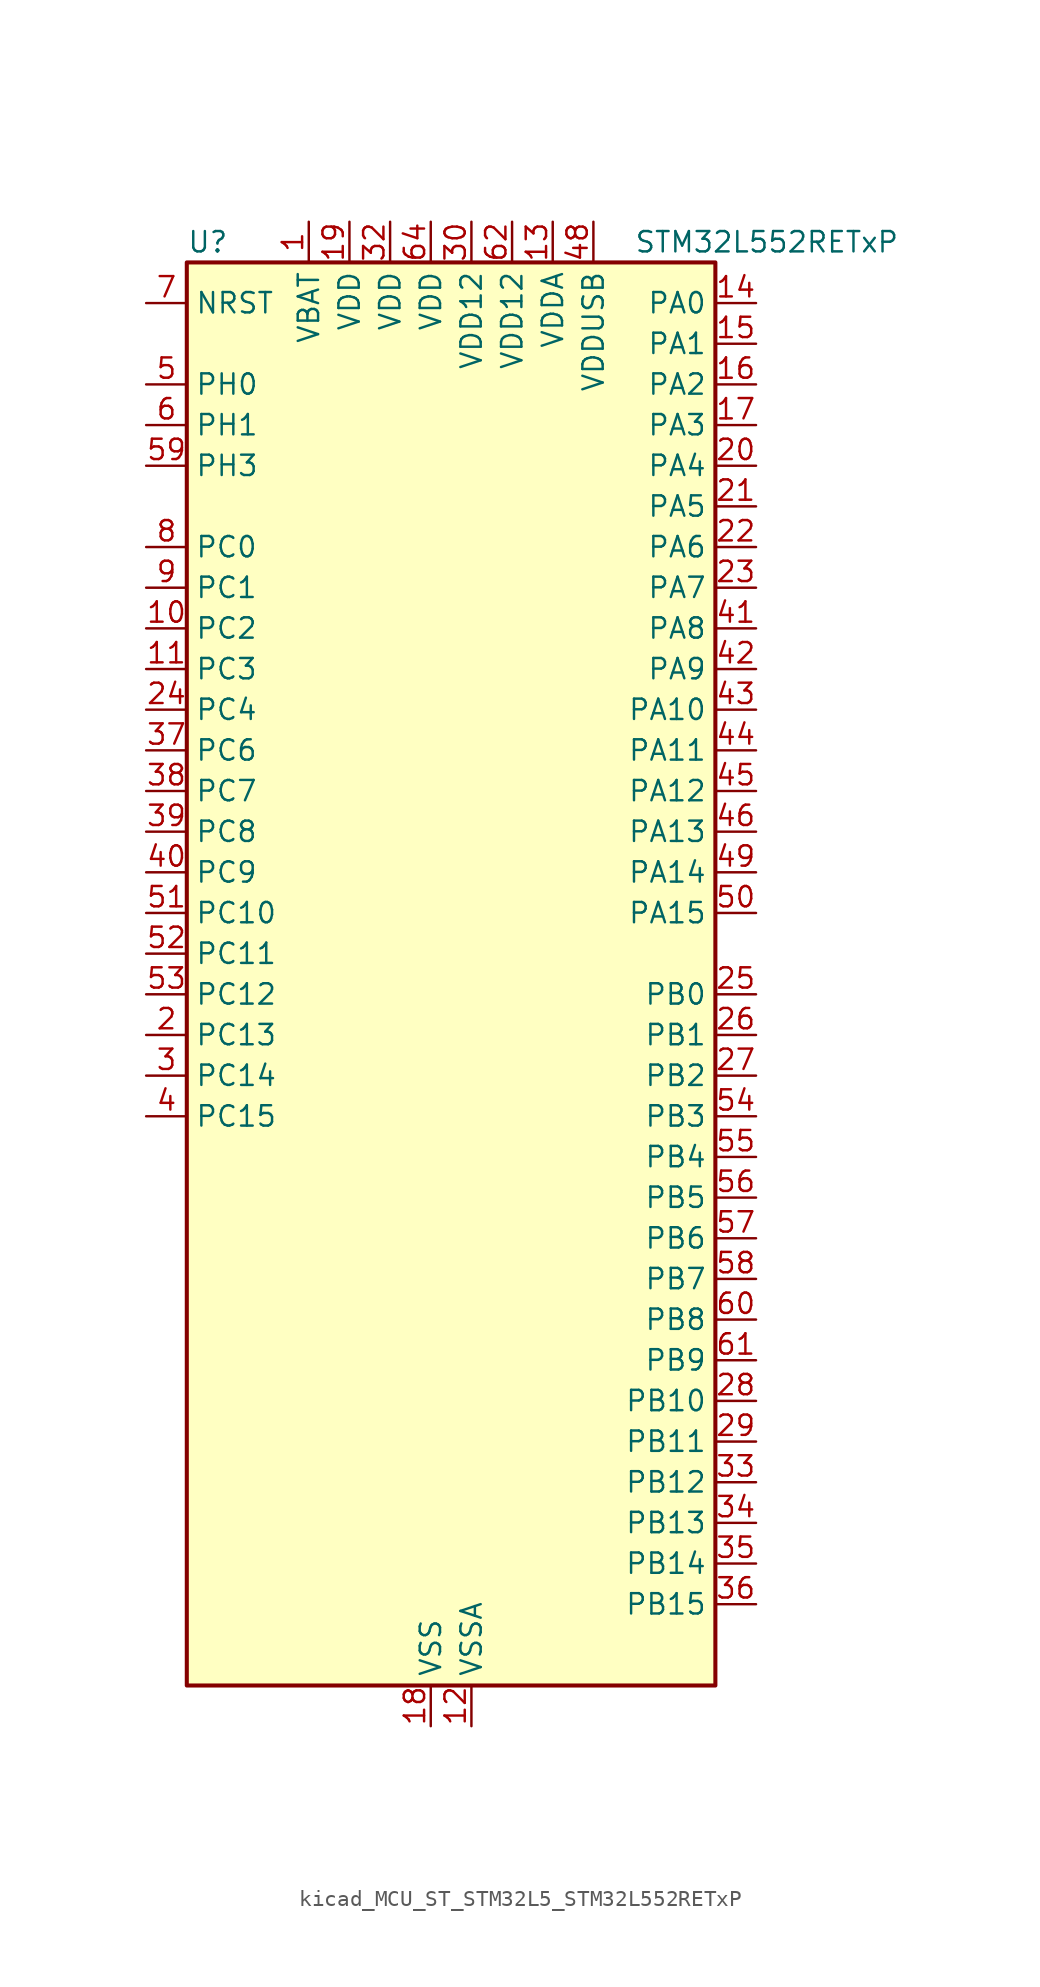
<source format=kicad_sym>
(kicad_symbol_lib
  (version 20220914)
  (generator kicad_symbol_editor)
  (symbol "kicad_MCU_ST_STM32L5_STM32L552RETxP"
    (property "Reference" "U"
      (at -15.24 46.99 0)
      (effects (font (size 1.27 1.27)) (justify left)))
    (property "Value" "STM32L552RETxP"
      (at 12.7 46.99 0)
      (effects (font (size 1.27 1.27)) (justify left)))
    (property "ki_locked" ""
      (at 0 0 0)
      (effects (font (size 1.27 1.27))))
    (symbol "kicad_MCU_ST_STM32L5_STM32L552RETxP_0_1"
      (rectangle (start -15.24 -43.18) (end 17.78 45.72) (stroke (width 0.254) (type default)) (fill (type background))))
    (symbol "kicad_MCU_ST_STM32L5_STM32L552RETxP_1_1"
      (pin power_in line (at -7.62 48.26 270) (length 2.54) (name "VBAT" (effects (font (size 1.27 1.27)))) (number "1" (effects (font (size 1.27 1.27)))))
      (pin bidirectional line (at -17.78 22.86 0) (length 2.54) (name "PC2" (effects (font (size 1.27 1.27)))) (number "10" (effects (font (size 1.27 1.27)))) (alternate "ADC1_IN3" bidirectional line) (alternate "ADC2_IN3" bidirectional line) (alternate "DFSDM1_CKOUT" bidirectional line) (alternate "LPTIM1_IN2" bidirectional line) (alternate "OCTOSPI1_IO5" bidirectional line) (alternate "SPI2_MISO" bidirectional line))
      (pin bidirectional line (at -17.78 20.32 0) (length 2.54) (name "PC3" (effects (font (size 1.27 1.27)))) (number "11" (effects (font (size 1.27 1.27)))) (alternate "ADC1_IN4" bidirectional line) (alternate "ADC2_IN4" bidirectional line) (alternate "LPTIM1_ETR" bidirectional line) (alternate "LPTIM2_ETR" bidirectional line) (alternate "LPTIM3_OUT" bidirectional line) (alternate "OCTOSPI1_IO6" bidirectional line) (alternate "SAI1_D1" bidirectional line) (alternate "SAI1_SD_A" bidirectional line) (alternate "SPI2_MOSI" bidirectional line))
      (pin power_in line (at 2.54 -45.72 90) (length 2.54) (name "VSSA" (effects (font (size 1.27 1.27)))) (number "12" (effects (font (size 1.27 1.27)))))
      (pin power_in line (at 7.62 48.26 270) (length 2.54) (name "VDDA" (effects (font (size 1.27 1.27)))) (number "13" (effects (font (size 1.27 1.27)))))
      (pin bidirectional line (at 20.32 43.18 180) (length 2.54) (name "PA0" (effects (font (size 1.27 1.27)))) (number "14" (effects (font (size 1.27 1.27)))) (alternate "ADC1_IN5" bidirectional line) (alternate "ADC2_IN5" bidirectional line) (alternate "OPAMP1_VINP" bidirectional line) (alternate "PWR_WKUP1" bidirectional line) (alternate "SAI1_EXTCLK" bidirectional line) (alternate "TAMP_IN2" bidirectional line) (alternate "TAMP_OUT1" bidirectional line) (alternate "TIM2_CH1" bidirectional line) (alternate "TIM2_ETR" bidirectional line) (alternate "TIM5_CH1" bidirectional line) (alternate "TIM8_ETR" bidirectional line) (alternate "UART4_TX" bidirectional line) (alternate "USART2_CTS" bidirectional line) (alternate "USART2_NSS" bidirectional line))
      (pin bidirectional line (at 20.32 40.64 180) (length 2.54) (name "PA1" (effects (font (size 1.27 1.27)))) (number "15" (effects (font (size 1.27 1.27)))) (alternate "ADC1_IN6" bidirectional line) (alternate "ADC2_IN6" bidirectional line) (alternate "I2C1_SMBA" bidirectional line) (alternate "OCTOSPI1_DQS" bidirectional line) (alternate "OPAMP1_VINM" bidirectional line) (alternate "SPI1_SCK" bidirectional line) (alternate "TAMP_IN5" bidirectional line) (alternate "TAMP_OUT4" bidirectional line) (alternate "TIM15_CH1N" bidirectional line) (alternate "TIM2_CH2" bidirectional line) (alternate "TIM5_CH2" bidirectional line) (alternate "UART4_RX" bidirectional line) (alternate "USART2_DE" bidirectional line) (alternate "USART2_RTS" bidirectional line))
      (pin bidirectional line (at 20.32 38.1 180) (length 2.54) (name "PA2" (effects (font (size 1.27 1.27)))) (number "16" (effects (font (size 1.27 1.27)))) (alternate "ADC1_IN7" bidirectional line) (alternate "ADC2_IN7" bidirectional line) (alternate "COMP1_INP" bidirectional line) (alternate "LPUART1_TX" bidirectional line) (alternate "OCTOSPI1_NCS" bidirectional line) (alternate "PWR_WKUP4" bidirectional line) (alternate "RCC_LSCO" bidirectional line) (alternate "SAI2_EXTCLK" bidirectional line) (alternate "TIM15_CH1" bidirectional line) (alternate "TIM2_CH3" bidirectional line) (alternate "TIM5_CH3" bidirectional line) (alternate "UCPD1_FRSTX1" bidirectional line) (alternate "USART2_TX" bidirectional line))
      (pin bidirectional line (at 20.32 35.56 180) (length 2.54) (name "PA3" (effects (font (size 1.27 1.27)))) (number "17" (effects (font (size 1.27 1.27)))) (alternate "ADC1_IN8" bidirectional line) (alternate "ADC2_IN8" bidirectional line) (alternate "LPUART1_RX" bidirectional line) (alternate "OCTOSPI1_CLK" bidirectional line) (alternate "OPAMP1_VOUT" bidirectional line) (alternate "SAI1_CK1" bidirectional line) (alternate "SAI1_MCLK_A" bidirectional line) (alternate "TIM15_CH2" bidirectional line) (alternate "TIM2_CH4" bidirectional line) (alternate "TIM5_CH4" bidirectional line) (alternate "USART2_RX" bidirectional line))
      (pin power_in line (at 0 -45.72 90) (length 2.54) (name "VSS" (effects (font (size 1.27 1.27)))) (number "18" (effects (font (size 1.27 1.27)))))
      (pin power_in line (at -5.08 48.26 270) (length 2.54) (name "VDD" (effects (font (size 1.27 1.27)))) (number "19" (effects (font (size 1.27 1.27)))))
      (pin bidirectional line (at -17.78 -2.54 0) (length 2.54) (name "PC13" (effects (font (size 1.27 1.27)))) (number "2" (effects (font (size 1.27 1.27)))) (alternate "PWR_WKUP2" bidirectional line) (alternate "RTC_OUT1" bidirectional line) (alternate "RTC_TS" bidirectional line) (alternate "TAMP_IN1" bidirectional line) (alternate "TAMP_OUT2" bidirectional line))
      (pin bidirectional line (at 20.32 33.02 180) (length 2.54) (name "PA4" (effects (font (size 1.27 1.27)))) (number "20" (effects (font (size 1.27 1.27)))) (alternate "ADC1_IN9" bidirectional line) (alternate "ADC2_IN9" bidirectional line) (alternate "DAC1_OUT1" bidirectional line) (alternate "LPTIM2_OUT" bidirectional line) (alternate "OCTOSPI1_NCS" bidirectional line) (alternate "SAI1_FS_B" bidirectional line) (alternate "SPI1_NSS" bidirectional line) (alternate "SPI3_NSS" bidirectional line) (alternate "USART2_CK" bidirectional line))
      (pin bidirectional line (at 20.32 30.48 180) (length 2.54) (name "PA5" (effects (font (size 1.27 1.27)))) (number "21" (effects (font (size 1.27 1.27)))) (alternate "ADC1_IN10" bidirectional line) (alternate "ADC2_IN10" bidirectional line) (alternate "DAC1_OUT2" bidirectional line) (alternate "LPTIM2_ETR" bidirectional line) (alternate "SPI1_SCK" bidirectional line) (alternate "TIM2_CH1" bidirectional line) (alternate "TIM2_ETR" bidirectional line) (alternate "TIM8_CH1N" bidirectional line))
      (pin bidirectional line (at 20.32 27.94 180) (length 2.54) (name "PA6" (effects (font (size 1.27 1.27)))) (number "22" (effects (font (size 1.27 1.27)))) (alternate "ADC1_IN11" bidirectional line) (alternate "ADC2_IN11" bidirectional line) (alternate "LPUART1_CTS" bidirectional line) (alternate "OCTOSPI1_IO3" bidirectional line) (alternate "OPAMP2_VINP" bidirectional line) (alternate "SPI1_MISO" bidirectional line) (alternate "TIM16_CH1" bidirectional line) (alternate "TIM1_BKIN" bidirectional line) (alternate "TIM3_CH1" bidirectional line) (alternate "TIM8_BKIN" bidirectional line) (alternate "USART3_CTS" bidirectional line) (alternate "USART3_NSS" bidirectional line))
      (pin bidirectional line (at 20.32 25.4 180) (length 2.54) (name "PA7" (effects (font (size 1.27 1.27)))) (number "23" (effects (font (size 1.27 1.27)))) (alternate "ADC1_IN12" bidirectional line) (alternate "ADC2_IN12" bidirectional line) (alternate "I2C3_SCL" bidirectional line) (alternate "OCTOSPI1_IO2" bidirectional line) (alternate "OPAMP2_VINM" bidirectional line) (alternate "SPI1_MOSI" bidirectional line) (alternate "TIM17_CH1" bidirectional line) (alternate "TIM1_CH1N" bidirectional line) (alternate "TIM3_CH2" bidirectional line) (alternate "TIM8_CH1N" bidirectional line))
      (pin bidirectional line (at -17.78 17.78 0) (length 2.54) (name "PC4" (effects (font (size 1.27 1.27)))) (number "24" (effects (font (size 1.27 1.27)))) (alternate "ADC1_IN13" bidirectional line) (alternate "ADC2_IN13" bidirectional line) (alternate "COMP1_INM" bidirectional line) (alternate "OCTOSPI1_IO7" bidirectional line) (alternate "USART3_TX" bidirectional line))
      (pin bidirectional line (at 20.32 0 180) (length 2.54) (name "PB0" (effects (font (size 1.27 1.27)))) (number "25" (effects (font (size 1.27 1.27)))) (alternate "ADC1_IN15" bidirectional line) (alternate "ADC2_IN15" bidirectional line) (alternate "COMP1_OUT" bidirectional line) (alternate "OCTOSPI1_IO1" bidirectional line) (alternate "OPAMP2_VOUT" bidirectional line) (alternate "SAI1_EXTCLK" bidirectional line) (alternate "SPI1_NSS" bidirectional line) (alternate "TIM1_CH2N" bidirectional line) (alternate "TIM3_CH3" bidirectional line) (alternate "TIM8_CH2N" bidirectional line) (alternate "USART3_CK" bidirectional line))
      (pin bidirectional line (at 20.32 -2.54 180) (length 2.54) (name "PB1" (effects (font (size 1.27 1.27)))) (number "26" (effects (font (size 1.27 1.27)))) (alternate "ADC1_IN16" bidirectional line) (alternate "ADC2_IN16" bidirectional line) (alternate "COMP1_INM" bidirectional line) (alternate "DFSDM1_DATIN0" bidirectional line) (alternate "LPTIM2_IN1" bidirectional line) (alternate "LPUART1_DE" bidirectional line) (alternate "LPUART1_RTS" bidirectional line) (alternate "OCTOSPI1_IO0" bidirectional line) (alternate "TIM1_CH3N" bidirectional line) (alternate "TIM3_CH4" bidirectional line) (alternate "TIM8_CH3N" bidirectional line) (alternate "USART3_DE" bidirectional line) (alternate "USART3_RTS" bidirectional line))
      (pin bidirectional line (at 20.32 -5.08 180) (length 2.54) (name "PB2" (effects (font (size 1.27 1.27)))) (number "27" (effects (font (size 1.27 1.27)))) (alternate "COMP1_INP" bidirectional line) (alternate "DFSDM1_CKIN0" bidirectional line) (alternate "I2C3_SMBA" bidirectional line) (alternate "LPTIM1_OUT" bidirectional line) (alternate "OCTOSPI1_DQS" bidirectional line) (alternate "RTC_OUT2" bidirectional line) (alternate "UCPD1_FRSTX1" bidirectional line))
      (pin bidirectional line (at 20.32 -25.4 180) (length 2.54) (name "PB10" (effects (font (size 1.27 1.27)))) (number "28" (effects (font (size 1.27 1.27)))) (alternate "COMP1_OUT" bidirectional line) (alternate "I2C2_SCL" bidirectional line) (alternate "I2C4_SCL" bidirectional line) (alternate "LPTIM3_OUT" bidirectional line) (alternate "LPUART1_RX" bidirectional line) (alternate "OCTOSPI1_CLK" bidirectional line) (alternate "SAI1_SCK_A" bidirectional line) (alternate "SPI2_SCK" bidirectional line) (alternate "TIM2_CH3" bidirectional line) (alternate "TSC_SYNC" bidirectional line) (alternate "USART3_TX" bidirectional line))
      (pin bidirectional line (at 20.32 -27.94 180) (length 2.54) (name "PB11" (effects (font (size 1.27 1.27)))) (number "29" (effects (font (size 1.27 1.27)))) (alternate "ADC1_EXTI11" bidirectional line) (alternate "ADC2_EXTI11" bidirectional line) (alternate "COMP2_OUT" bidirectional line) (alternate "I2C2_SDA" bidirectional line) (alternate "I2C4_SDA" bidirectional line) (alternate "LPUART1_TX" bidirectional line) (alternate "OCTOSPI1_NCS" bidirectional line) (alternate "TIM2_CH4" bidirectional line) (alternate "USART3_RX" bidirectional line))
      (pin bidirectional line (at -17.78 -5.08 0) (length 2.54) (name "PC14" (effects (font (size 1.27 1.27)))) (number "3" (effects (font (size 1.27 1.27)))) (alternate "RCC_OSC32_IN" bidirectional line))
      (pin power_in line (at 2.54 48.26 270) (length 2.54) (name "VDD12" (effects (font (size 1.27 1.27)))) (number "30" (effects (font (size 1.27 1.27)))))
      (pin passive line (at 0 -45.72 90) (length 2.54) hide (name "VSS" (effects (font (size 1.27 1.27)))) (number "31" (effects (font (size 1.27 1.27)))))
      (pin power_in line (at -2.54 48.26 270) (length 2.54) (name "VDD" (effects (font (size 1.27 1.27)))) (number "32" (effects (font (size 1.27 1.27)))))
      (pin bidirectional line (at 20.32 -30.48 180) (length 2.54) (name "PB12" (effects (font (size 1.27 1.27)))) (number "33" (effects (font (size 1.27 1.27)))) (alternate "DFSDM1_DATIN1" bidirectional line) (alternate "I2C2_SMBA" bidirectional line) (alternate "LPUART1_DE" bidirectional line) (alternate "LPUART1_RTS" bidirectional line) (alternate "OCTOSPI1_NCLK" bidirectional line) (alternate "SAI2_FS_A" bidirectional line) (alternate "SPI2_NSS" bidirectional line) (alternate "TIM15_BKIN" bidirectional line) (alternate "TIM1_BKIN" bidirectional line) (alternate "TSC_G1_IO1" bidirectional line) (alternate "USART3_CK" bidirectional line))
      (pin bidirectional line (at 20.32 -33.02 180) (length 2.54) (name "PB13" (effects (font (size 1.27 1.27)))) (number "34" (effects (font (size 1.27 1.27)))) (alternate "DFSDM1_CKIN1" bidirectional line) (alternate "I2C2_SCL" bidirectional line) (alternate "LPTIM3_IN1" bidirectional line) (alternate "LPUART1_CTS" bidirectional line) (alternate "SAI2_SCK_A" bidirectional line) (alternate "SPI2_SCK" bidirectional line) (alternate "TIM15_CH1N" bidirectional line) (alternate "TIM1_CH1N" bidirectional line) (alternate "TSC_G1_IO2" bidirectional line) (alternate "UCPD1_FRSTX2" bidirectional line) (alternate "USART3_CTS" bidirectional line) (alternate "USART3_NSS" bidirectional line))
      (pin bidirectional line (at 20.32 -35.56 180) (length 2.54) (name "PB14" (effects (font (size 1.27 1.27)))) (number "35" (effects (font (size 1.27 1.27)))) (alternate "DFSDM1_DATIN2" bidirectional line) (alternate "I2C2_SDA" bidirectional line) (alternate "LPTIM3_ETR" bidirectional line) (alternate "SAI2_MCLK_A" bidirectional line) (alternate "SPI2_MISO" bidirectional line) (alternate "TIM15_CH1" bidirectional line) (alternate "TIM1_CH2N" bidirectional line) (alternate "TIM8_CH2N" bidirectional line) (alternate "TSC_G1_IO3" bidirectional line) (alternate "UCPD1_DBCC2" bidirectional line) (alternate "USART3_DE" bidirectional line) (alternate "USART3_RTS" bidirectional line))
      (pin bidirectional line (at 20.32 -38.1 180) (length 2.54) (name "PB15" (effects (font (size 1.27 1.27)))) (number "36" (effects (font (size 1.27 1.27)))) (alternate "ADC1_EXTI15" bidirectional line) (alternate "ADC2_EXTI15" bidirectional line) (alternate "DFSDM1_CKIN2" bidirectional line) (alternate "RTC_REFIN" bidirectional line) (alternate "SAI2_SD_A" bidirectional line) (alternate "SPI2_MOSI" bidirectional line) (alternate "TIM15_CH2" bidirectional line) (alternate "TIM1_CH3N" bidirectional line) (alternate "TIM8_CH3N" bidirectional line) (alternate "UCPD1_CC2" bidirectional line))
      (pin bidirectional line (at -17.78 15.24 0) (length 2.54) (name "PC6" (effects (font (size 1.27 1.27)))) (number "37" (effects (font (size 1.27 1.27)))) (alternate "DFSDM1_CKIN3" bidirectional line) (alternate "SAI2_MCLK_A" bidirectional line) (alternate "TIM3_CH1" bidirectional line) (alternate "TIM8_CH1" bidirectional line) (alternate "TSC_G4_IO1" bidirectional line))
      (pin bidirectional line (at -17.78 12.7 0) (length 2.54) (name "PC7" (effects (font (size 1.27 1.27)))) (number "38" (effects (font (size 1.27 1.27)))) (alternate "DFSDM1_DATIN3" bidirectional line) (alternate "SAI2_MCLK_B" bidirectional line) (alternate "TIM3_CH2" bidirectional line) (alternate "TIM8_CH2" bidirectional line) (alternate "TSC_G4_IO2" bidirectional line))
      (pin bidirectional line (at -17.78 10.16 0) (length 2.54) (name "PC8" (effects (font (size 1.27 1.27)))) (number "39" (effects (font (size 1.27 1.27)))) (alternate "TIM3_CH3" bidirectional line) (alternate "TIM8_CH3" bidirectional line) (alternate "TSC_G4_IO3" bidirectional line))
      (pin bidirectional line (at -17.78 -7.62 0) (length 2.54) (name "PC15" (effects (font (size 1.27 1.27)))) (number "4" (effects (font (size 1.27 1.27)))) (alternate "ADC1_EXTI15" bidirectional line) (alternate "ADC2_EXTI15" bidirectional line) (alternate "RCC_OSC32_OUT" bidirectional line))
      (pin bidirectional line (at -17.78 7.62 0) (length 2.54) (name "PC9" (effects (font (size 1.27 1.27)))) (number "40" (effects (font (size 1.27 1.27)))) (alternate "DAC1_EXTI9" bidirectional line) (alternate "DEBUG_TRACED0" bidirectional line) (alternate "SAI2_EXTCLK" bidirectional line) (alternate "TIM3_CH4" bidirectional line) (alternate "TIM8_BKIN2" bidirectional line) (alternate "TIM8_CH4" bidirectional line) (alternate "TSC_G4_IO4" bidirectional line) (alternate "USB_NOE" bidirectional line))
      (pin bidirectional line (at 20.32 22.86 180) (length 2.54) (name "PA8" (effects (font (size 1.27 1.27)))) (number "41" (effects (font (size 1.27 1.27)))) (alternate "LPTIM2_OUT" bidirectional line) (alternate "RCC_MCO" bidirectional line) (alternate "SAI1_CK2" bidirectional line) (alternate "SAI1_SCK_A" bidirectional line) (alternate "TIM1_CH1" bidirectional line) (alternate "USART1_CK" bidirectional line))
      (pin bidirectional line (at 20.32 20.32 180) (length 2.54) (name "PA9" (effects (font (size 1.27 1.27)))) (number "42" (effects (font (size 1.27 1.27)))) (alternate "DAC1_EXTI9" bidirectional line) (alternate "SAI1_FS_A" bidirectional line) (alternate "SPI2_SCK" bidirectional line) (alternate "TIM15_BKIN" bidirectional line) (alternate "TIM1_CH2" bidirectional line) (alternate "USART1_TX" bidirectional line))
      (pin bidirectional line (at 20.32 17.78 180) (length 2.54) (name "PA10" (effects (font (size 1.27 1.27)))) (number "43" (effects (font (size 1.27 1.27)))) (alternate "CRS_SYNC" bidirectional line) (alternate "SAI1_D1" bidirectional line) (alternate "SAI1_SD_A" bidirectional line) (alternate "TIM17_BKIN" bidirectional line) (alternate "TIM1_CH3" bidirectional line) (alternate "USART1_RX" bidirectional line))
      (pin bidirectional line (at 20.32 15.24 180) (length 2.54) (name "PA11" (effects (font (size 1.27 1.27)))) (number "44" (effects (font (size 1.27 1.27)))) (alternate "ADC1_EXTI11" bidirectional line) (alternate "ADC2_EXTI11" bidirectional line) (alternate "FDCAN1_RX" bidirectional line) (alternate "SPI1_MISO" bidirectional line) (alternate "TIM1_BKIN2" bidirectional line) (alternate "TIM1_CH4" bidirectional line) (alternate "USART1_CTS" bidirectional line) (alternate "USART1_NSS" bidirectional line) (alternate "USB_DM" bidirectional line))
      (pin bidirectional line (at 20.32 12.7 180) (length 2.54) (name "PA12" (effects (font (size 1.27 1.27)))) (number "45" (effects (font (size 1.27 1.27)))) (alternate "FDCAN1_TX" bidirectional line) (alternate "SPI1_MOSI" bidirectional line) (alternate "TIM1_ETR" bidirectional line) (alternate "USART1_DE" bidirectional line) (alternate "USART1_RTS" bidirectional line) (alternate "USB_DP" bidirectional line))
      (pin bidirectional line (at 20.32 10.16 180) (length 2.54) (name "PA13" (effects (font (size 1.27 1.27)))) (number "46" (effects (font (size 1.27 1.27)))) (alternate "DEBUG_JTMS-SWDIO" bidirectional line) (alternate "IR_OUT" bidirectional line) (alternate "SAI1_SD_B" bidirectional line) (alternate "USB_NOE" bidirectional line))
      (pin passive line (at 0 -45.72 90) (length 2.54) hide (name "VSS" (effects (font (size 1.27 1.27)))) (number "47" (effects (font (size 1.27 1.27)))))
      (pin power_in line (at 10.16 48.26 270) (length 2.54) (name "VDDUSB" (effects (font (size 1.27 1.27)))) (number "48" (effects (font (size 1.27 1.27)))))
      (pin bidirectional line (at 20.32 7.62 180) (length 2.54) (name "PA14" (effects (font (size 1.27 1.27)))) (number "49" (effects (font (size 1.27 1.27)))) (alternate "DEBUG_JTCK-SWCLK" bidirectional line) (alternate "I2C1_SMBA" bidirectional line) (alternate "I2C4_SMBA" bidirectional line) (alternate "LPTIM1_OUT" bidirectional line) (alternate "SAI1_FS_B" bidirectional line))
      (pin bidirectional line (at -17.78 38.1 0) (length 2.54) (name "PH0" (effects (font (size 1.27 1.27)))) (number "5" (effects (font (size 1.27 1.27)))) (alternate "RCC_OSC_IN" bidirectional line))
      (pin bidirectional line (at 20.32 5.08 180) (length 2.54) (name "PA15" (effects (font (size 1.27 1.27)))) (number "50" (effects (font (size 1.27 1.27)))) (alternate "ADC1_EXTI15" bidirectional line) (alternate "ADC2_EXTI15" bidirectional line) (alternate "DEBUG_JTDI" bidirectional line) (alternate "SAI2_FS_B" bidirectional line) (alternate "SPI1_NSS" bidirectional line) (alternate "SPI3_NSS" bidirectional line) (alternate "TIM2_CH1" bidirectional line) (alternate "TIM2_ETR" bidirectional line) (alternate "UART4_DE" bidirectional line) (alternate "UART4_RTS" bidirectional line) (alternate "UCPD1_CC1" bidirectional line) (alternate "USART2_RX" bidirectional line) (alternate "USART3_DE" bidirectional line) (alternate "USART3_RTS" bidirectional line))
      (pin bidirectional line (at -17.78 5.08 0) (length 2.54) (name "PC10" (effects (font (size 1.27 1.27)))) (number "51" (effects (font (size 1.27 1.27)))) (alternate "DEBUG_TRACED1" bidirectional line) (alternate "LPTIM3_ETR" bidirectional line) (alternate "SAI2_SCK_B" bidirectional line) (alternate "SPI3_SCK" bidirectional line) (alternate "TSC_G3_IO2" bidirectional line) (alternate "UART4_TX" bidirectional line) (alternate "USART3_TX" bidirectional line))
      (pin bidirectional line (at -17.78 2.54 0) (length 2.54) (name "PC11" (effects (font (size 1.27 1.27)))) (number "52" (effects (font (size 1.27 1.27)))) (alternate "ADC1_EXTI11" bidirectional line) (alternate "ADC2_EXTI11" bidirectional line) (alternate "LPTIM3_IN1" bidirectional line) (alternate "OCTOSPI1_NCS" bidirectional line) (alternate "SAI2_MCLK_B" bidirectional line) (alternate "SPI3_MISO" bidirectional line) (alternate "TSC_G3_IO3" bidirectional line) (alternate "UART4_RX" bidirectional line) (alternate "UCPD1_FRSTX2" bidirectional line) (alternate "USART3_RX" bidirectional line))
      (pin bidirectional line (at -17.78 0 0) (length 2.54) (name "PC12" (effects (font (size 1.27 1.27)))) (number "53" (effects (font (size 1.27 1.27)))) (alternate "DEBUG_TRACED3" bidirectional line) (alternate "SAI2_SD_B" bidirectional line) (alternate "SPI3_MOSI" bidirectional line) (alternate "TSC_G3_IO4" bidirectional line) (alternate "UART5_TX" bidirectional line) (alternate "USART3_CK" bidirectional line))
      (pin bidirectional line (at 20.32 -7.62 180) (length 2.54) (name "PB3" (effects (font (size 1.27 1.27)))) (number "54" (effects (font (size 1.27 1.27)))) (alternate "COMP2_INM" bidirectional line) (alternate "CRS_SYNC" bidirectional line) (alternate "DEBUG_JTDO-SWO" bidirectional line) (alternate "SAI1_SCK_B" bidirectional line) (alternate "SPI1_SCK" bidirectional line) (alternate "SPI3_SCK" bidirectional line) (alternate "TIM2_CH2" bidirectional line) (alternate "USART1_DE" bidirectional line) (alternate "USART1_RTS" bidirectional line))
      (pin bidirectional line (at 20.32 -10.16 180) (length 2.54) (name "PB4" (effects (font (size 1.27 1.27)))) (number "55" (effects (font (size 1.27 1.27)))) (alternate "COMP2_INP" bidirectional line) (alternate "DEBUG_JTRST" bidirectional line) (alternate "I2C3_SDA" bidirectional line) (alternate "SAI1_MCLK_B" bidirectional line) (alternate "SPI1_MISO" bidirectional line) (alternate "SPI3_MISO" bidirectional line) (alternate "TIM17_BKIN" bidirectional line) (alternate "TIM3_CH1" bidirectional line) (alternate "TSC_G2_IO1" bidirectional line) (alternate "UART5_DE" bidirectional line) (alternate "UART5_RTS" bidirectional line) (alternate "USART1_CTS" bidirectional line) (alternate "USART1_NSS" bidirectional line))
      (pin bidirectional line (at 20.32 -12.7 180) (length 2.54) (name "PB5" (effects (font (size 1.27 1.27)))) (number "56" (effects (font (size 1.27 1.27)))) (alternate "COMP2_OUT" bidirectional line) (alternate "I2C1_SMBA" bidirectional line) (alternate "LPTIM1_IN1" bidirectional line) (alternate "OCTOSPI1_NCLK" bidirectional line) (alternate "SAI1_SD_B" bidirectional line) (alternate "SPI1_MOSI" bidirectional line) (alternate "SPI3_MOSI" bidirectional line) (alternate "TIM16_BKIN" bidirectional line) (alternate "TIM3_CH2" bidirectional line) (alternate "TSC_G2_IO2" bidirectional line) (alternate "UART5_CTS" bidirectional line) (alternate "UCPD1_DBCC1" bidirectional line) (alternate "USART1_CK" bidirectional line))
      (pin bidirectional line (at 20.32 -15.24 180) (length 2.54) (name "PB6" (effects (font (size 1.27 1.27)))) (number "57" (effects (font (size 1.27 1.27)))) (alternate "COMP2_INP" bidirectional line) (alternate "I2C1_SCL" bidirectional line) (alternate "I2C4_SCL" bidirectional line) (alternate "LPTIM1_ETR" bidirectional line) (alternate "SAI1_FS_B" bidirectional line) (alternate "TIM16_CH1N" bidirectional line) (alternate "TIM4_CH1" bidirectional line) (alternate "TIM8_BKIN2" bidirectional line) (alternate "TSC_G2_IO3" bidirectional line) (alternate "USART1_TX" bidirectional line))
      (pin bidirectional line (at 20.32 -17.78 180) (length 2.54) (name "PB7" (effects (font (size 1.27 1.27)))) (number "58" (effects (font (size 1.27 1.27)))) (alternate "COMP2_INM" bidirectional line) (alternate "I2C1_SDA" bidirectional line) (alternate "I2C4_SDA" bidirectional line) (alternate "LPTIM1_IN2" bidirectional line) (alternate "PWR_PVD_IN" bidirectional line) (alternate "TIM17_CH1N" bidirectional line) (alternate "TIM4_CH2" bidirectional line) (alternate "TIM8_BKIN" bidirectional line) (alternate "TSC_G2_IO4" bidirectional line) (alternate "UART4_CTS" bidirectional line) (alternate "USART1_RX" bidirectional line))
      (pin bidirectional line (at -17.78 33.02 0) (length 2.54) (name "PH3" (effects (font (size 1.27 1.27)))) (number "59" (effects (font (size 1.27 1.27)))))
      (pin bidirectional line (at -17.78 35.56 0) (length 2.54) (name "PH1" (effects (font (size 1.27 1.27)))) (number "6" (effects (font (size 1.27 1.27)))) (alternate "RCC_OSC_OUT" bidirectional line))
      (pin bidirectional line (at 20.32 -20.32 180) (length 2.54) (name "PB8" (effects (font (size 1.27 1.27)))) (number "60" (effects (font (size 1.27 1.27)))) (alternate "DFSDM1_CKOUT" bidirectional line) (alternate "FDCAN1_RX" bidirectional line) (alternate "I2C1_SCL" bidirectional line) (alternate "SAI1_CK1" bidirectional line) (alternate "SAI1_MCLK_A" bidirectional line) (alternate "TIM16_CH1" bidirectional line) (alternate "TIM4_CH3" bidirectional line))
      (pin bidirectional line (at 20.32 -22.86 180) (length 2.54) (name "PB9" (effects (font (size 1.27 1.27)))) (number "61" (effects (font (size 1.27 1.27)))) (alternate "DAC1_EXTI9" bidirectional line) (alternate "FDCAN1_TX" bidirectional line) (alternate "I2C1_SDA" bidirectional line) (alternate "IR_OUT" bidirectional line) (alternate "SAI1_D2" bidirectional line) (alternate "SAI1_FS_A" bidirectional line) (alternate "SPI2_NSS" bidirectional line) (alternate "TIM17_CH1" bidirectional line) (alternate "TIM4_CH4" bidirectional line))
      (pin power_in line (at 5.08 48.26 270) (length 2.54) (name "VDD12" (effects (font (size 1.27 1.27)))) (number "62" (effects (font (size 1.27 1.27)))))
      (pin passive line (at 0 -45.72 90) (length 2.54) hide (name "VSS" (effects (font (size 1.27 1.27)))) (number "63" (effects (font (size 1.27 1.27)))))
      (pin power_in line (at 0 48.26 270) (length 2.54) (name "VDD" (effects (font (size 1.27 1.27)))) (number "64" (effects (font (size 1.27 1.27)))))
      (pin input line (at -17.78 43.18 0) (length 2.54) (name "NRST" (effects (font (size 1.27 1.27)))) (number "7" (effects (font (size 1.27 1.27)))))
      (pin bidirectional line (at -17.78 27.94 0) (length 2.54) (name "PC0" (effects (font (size 1.27 1.27)))) (number "8" (effects (font (size 1.27 1.27)))) (alternate "ADC1_IN1" bidirectional line) (alternate "ADC2_IN1" bidirectional line) (alternate "I2C3_SCL" bidirectional line) (alternate "LPTIM1_IN1" bidirectional line) (alternate "LPTIM2_IN1" bidirectional line) (alternate "LPUART1_RX" bidirectional line) (alternate "OCTOSPI1_IO7" bidirectional line) (alternate "SAI2_FS_A" bidirectional line))
      (pin bidirectional line (at -17.78 25.4 0) (length 2.54) (name "PC1" (effects (font (size 1.27 1.27)))) (number "9" (effects (font (size 1.27 1.27)))) (alternate "ADC1_IN2" bidirectional line) (alternate "ADC2_IN2" bidirectional line) (alternate "DEBUG_TRACED0" bidirectional line) (alternate "I2C3_SDA" bidirectional line) (alternate "LPTIM1_OUT" bidirectional line) (alternate "LPUART1_TX" bidirectional line) (alternate "OCTOSPI1_IO4" bidirectional line) (alternate "SAI1_SD_A" bidirectional line) (alternate "SPI2_MOSI" bidirectional line)))))
</source>
